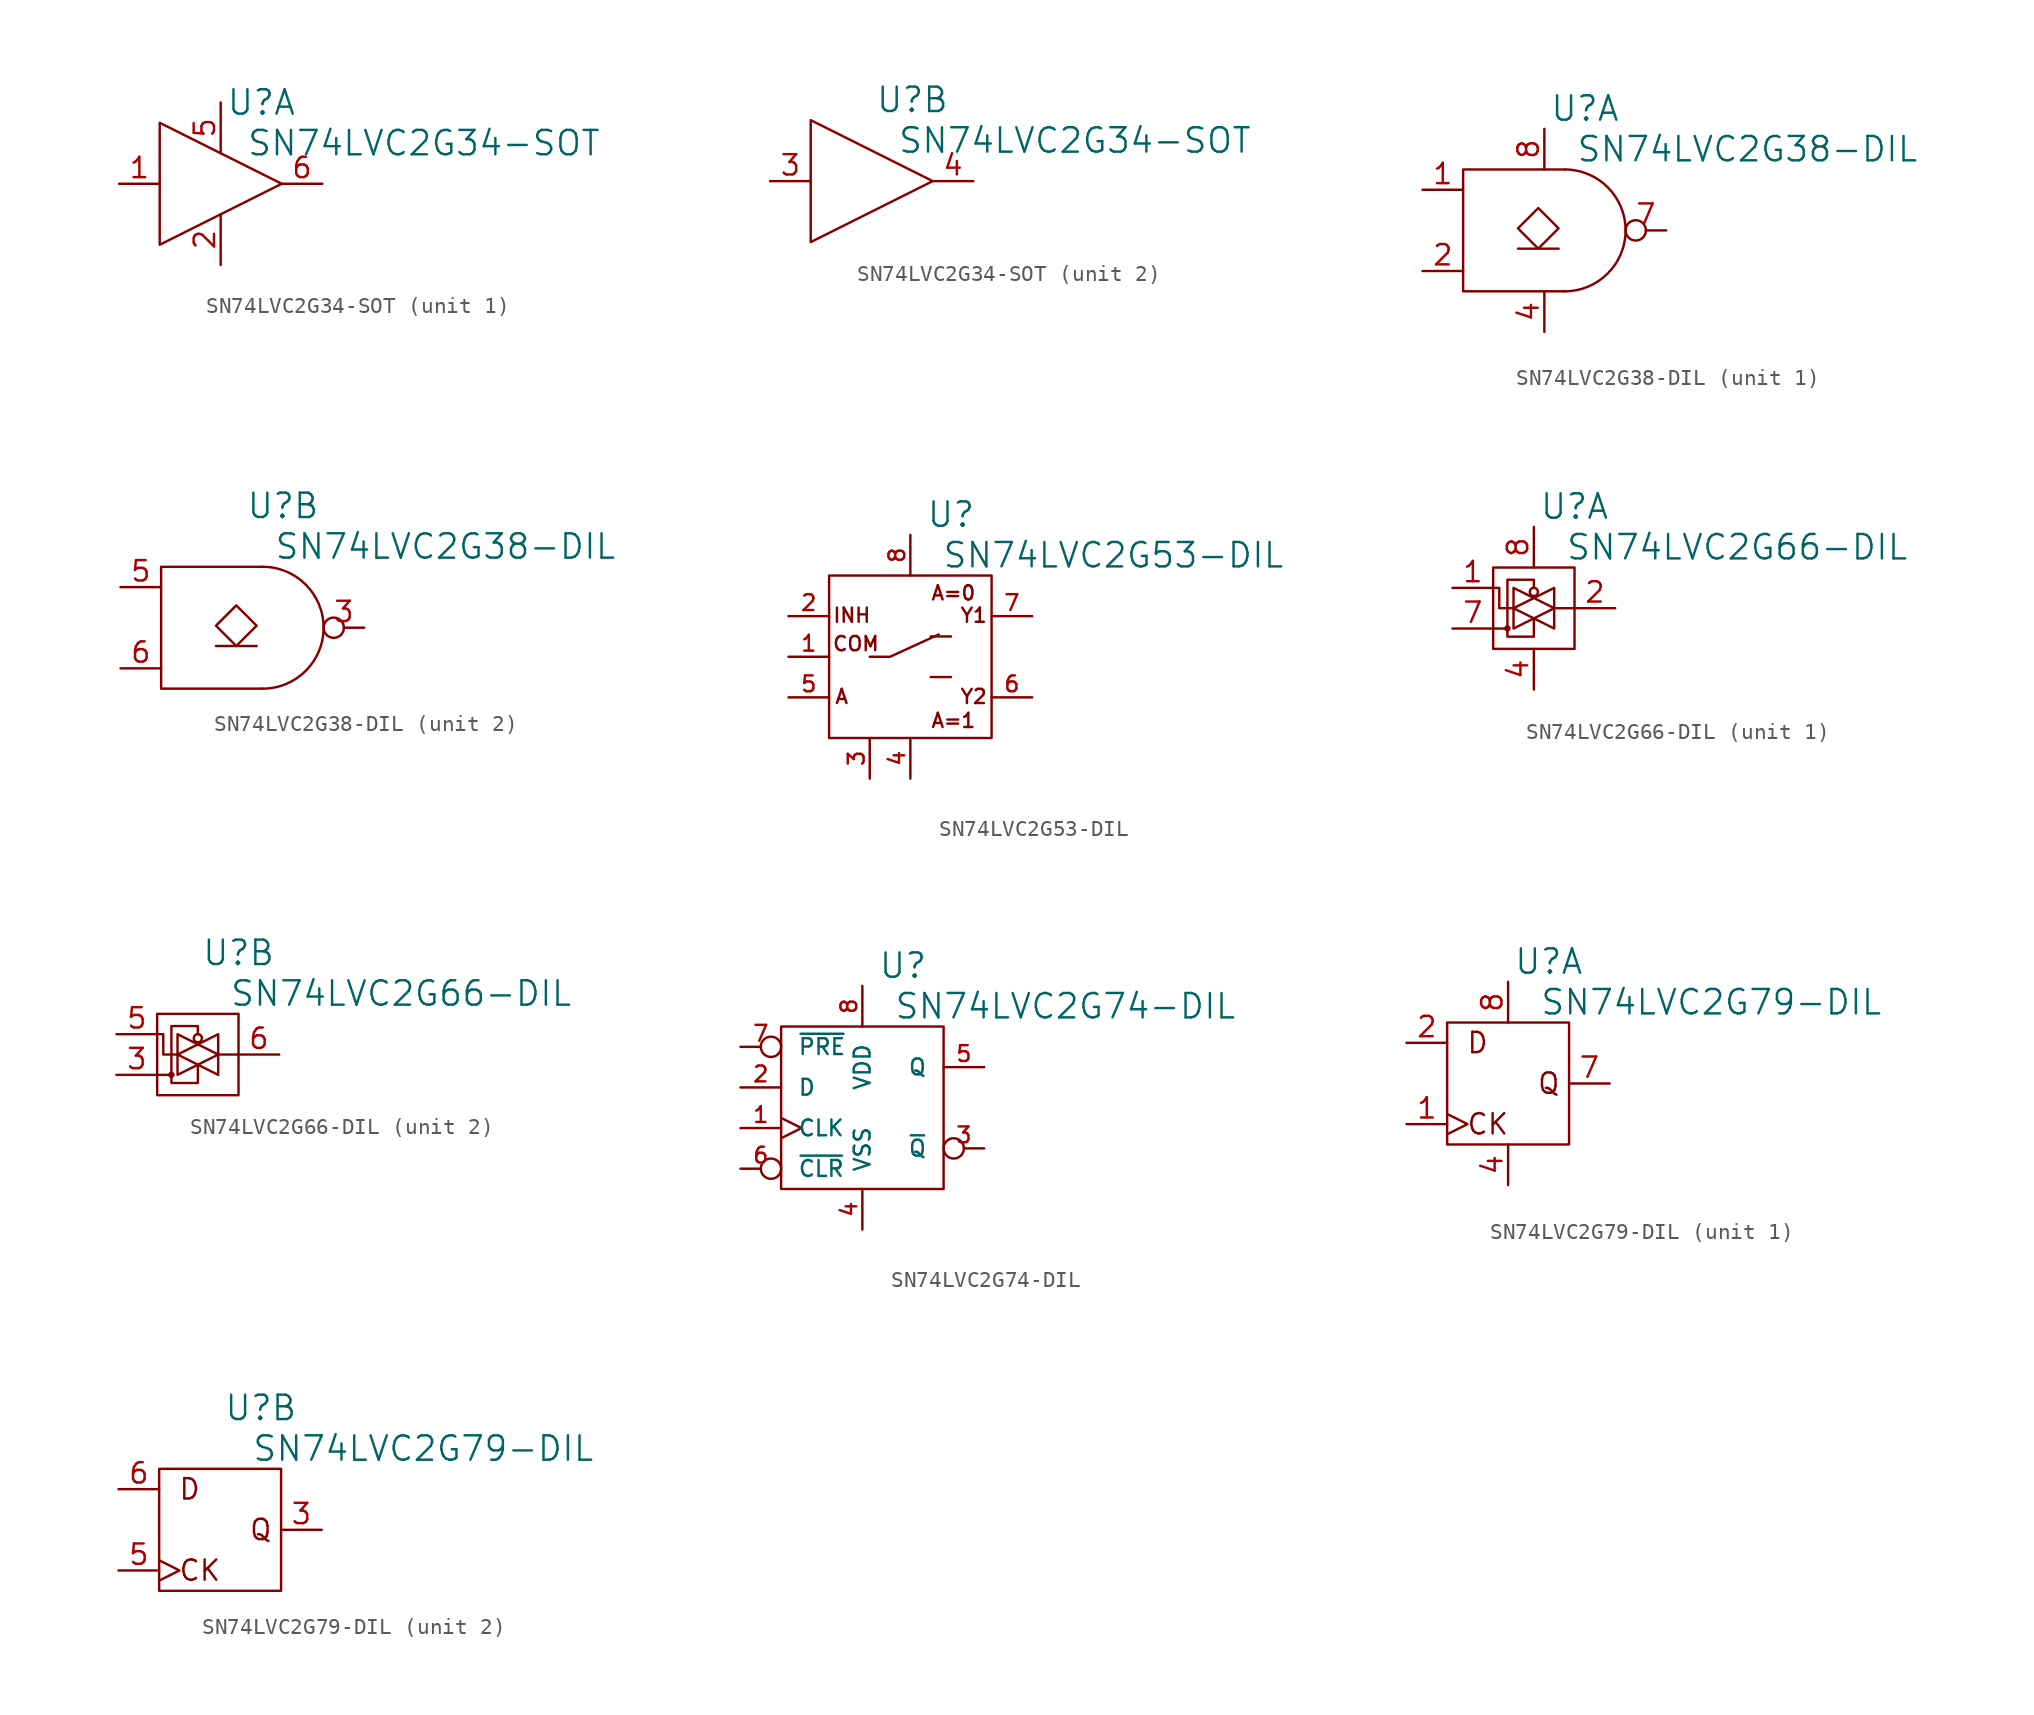
<source format=kicad_sym>
(kicad_symbol_lib
  (version 20220914)
  (generator kicad_symbol_editor)
  (symbol "SN74LVC2G34-SOT"
    (pin_names
      (offset 1.016) hide)
    (property "Reference" "U"
      (at 2.54 5.08 0)
      (effects (font (size 1.524 1.524))))
    (property "Value" "SN74LVC2G34-SOT"
      (at 12.7 2.54 0)
      (effects (font (size 1.524 1.524))))
    (property "Footprint" ""
      (at 0 0 0)
      (effects (font (size 1.524 1.524))))
    (property "Datasheet" ""
      (at 0 0 0)
      (effects (font (size 1.524 1.524))))
    (property "ki_locked" ""
      (at 0 0 0)
      (effects (font (size 1.27 1.27))))
    (symbol "SN74LVC2G34-SOT_0_1"
      (polyline (pts (xy -3.81 3.81) (xy -3.81 -3.81) (xy 3.81 0) (xy -3.81 3.81) (xy -3.81 3.81)) (stroke (width 0) (type solid)) (fill (type none))))
    (symbol "SN74LVC2G34-SOT_1_1"
      (pin passive line (at -6.35 0 0) (length 2.54) (name "1A" (effects (font (size 1.27 1.27)))) (number "1" (effects (font (size 1.27 1.27)))))
      (pin passive line (at 0 -5.08 90) (length 3.175) (name "VSS" (effects (font (size 1.27 1.27)))) (number "2" (effects (font (size 1.27 1.27)))))
      (pin passive line (at 0 5.08 270) (length 3.175) (name "VDD" (effects (font (size 1.27 1.27)))) (number "5" (effects (font (size 1.27 1.27)))))
      (pin passive line (at 6.35 0 180) (length 2.54) (name "1Y" (effects (font (size 1.27 1.27)))) (number "6" (effects (font (size 1.27 1.27))))))
    (symbol "SN74LVC2G34-SOT_2_1"
      (pin passive line (at -6.35 0 0) (length 2.54) (name "2A" (effects (font (size 1.27 1.27)))) (number "3" (effects (font (size 1.27 1.27)))))
      (pin passive line (at 6.35 0 180) (length 2.54) (name "2Y" (effects (font (size 1.27 1.27)))) (number "4" (effects (font (size 1.27 1.27)))))))
  (symbol "SN74LVC2G38-DIL"
    (pin_names
      (offset 1.016) hide)
    (property "Reference" "U"
      (at 2.54 7.62 0)
      (effects (font (size 1.524 1.524))))
    (property "Value" "SN74LVC2G38-DIL"
      (at 12.7 5.08 0)
      (effects (font (size 1.524 1.524))))
    (property "Footprint" ""
      (at 0 0 0)
      (effects (font (size 1.524 1.524))))
    (property "Datasheet" ""
      (at 0 0 0)
      (effects (font (size 1.524 1.524))))
    (property "ki_locked" ""
      (at 0 0 0)
      (effects (font (size 1.27 1.27))))
    (symbol "SN74LVC2G38-DIL_0_1"
      (polyline (pts (xy 1.27 3.81) (xy -5.08 3.81) (xy -5.08 -3.81) (xy 1.27 -3.81) (xy 1.27 -3.81)) (stroke (width 0) (type solid)) (fill (type none)))
      (arc (start 1.27 -3.81) (mid 5.0634 0) (end 1.27 3.81) (stroke (width 0) (type solid)) (fill (type none))))
    (symbol "SN74LVC2G38-DIL_1_1"
      (polyline (pts (xy -1.651 -1.143) (xy 0.889 -1.143)) (stroke (width 0) (type solid)) (fill (type none)))
      (polyline (pts (xy -1.651 0.127) (xy -0.381 1.397) (xy 0.889 0.127) (xy -0.381 -1.143) (xy -1.651 0.127)) (stroke (width 0) (type solid)) (fill (type none)))
      (pin passive line (at -7.62 2.54 0) (length 2.54) (name "1A" (effects (font (size 1.27 1.27)))) (number "1" (effects (font (size 1.27 1.27)))))
      (pin passive line (at -7.62 -2.54 0) (length 2.54) (name "1B" (effects (font (size 1.27 1.27)))) (number "2" (effects (font (size 1.27 1.27)))))
      (pin passive line (at 0 -6.35 90) (length 2.54) (name "VSS" (effects (font (size 1.27 1.27)))) (number "4" (effects (font (size 1.27 1.27)))))
      (pin passive inverted (at 7.62 0 180) (length 2.54) (name "1Y" (effects (font (size 1.27 1.27)))) (number "7" (effects (font (size 1.27 1.27)))))
      (pin passive line (at 0 6.35 270) (length 2.54) (name "VDD" (effects (font (size 1.27 1.27)))) (number "8" (effects (font (size 1.27 1.27))))))
    (symbol "SN74LVC2G38-DIL_2_1"
      (polyline (pts (xy -1.651 -1.143) (xy 0.889 -1.143)) (stroke (width 0) (type solid)) (fill (type none)))
      (polyline (pts (xy -1.651 0.127) (xy -0.381 1.397) (xy 0.889 0.127) (xy -0.381 -1.143) (xy -1.651 0.127)) (stroke (width 0) (type solid)) (fill (type none)))
      (pin passive inverted (at 7.62 0 180) (length 2.54) (name "2Y" (effects (font (size 1.27 1.27)))) (number "3" (effects (font (size 1.27 1.27)))))
      (pin passive line (at -7.62 2.54 0) (length 2.54) (name "2A" (effects (font (size 1.27 1.27)))) (number "5" (effects (font (size 1.27 1.27)))))
      (pin passive line (at -7.62 -2.54 0) (length 2.54) (name "2B" (effects (font (size 1.27 1.27)))) (number "6" (effects (font (size 1.27 1.27)))))))
  (symbol "SN74LVC2G53-DIL"
    (pin_names
      (offset 1.016) hide)
    (property "Reference" "U"
      (at 2.54 8.89 0)
      (effects (font (size 1.524 1.524))))
    (property "Value" "SN74LVC2G53-DIL"
      (at 12.7 6.35 0)
      (effects (font (size 1.524 1.524))))
    (property "Footprint" ""
      (at 0 0 0)
      (effects (font (size 1.524 1.524))))
    (property "Datasheet" ""
      (at 0 0 0)
      (effects (font (size 1.524 1.524))))
    (symbol "SN74LVC2G53-DIL_0_0"
      (text "A=0" (at 2.692 3.988 0) (effects (font (size 0.889 0.889))))
      (text "A=1" (at 2.692 -3.988 0) (effects (font (size 0.889 0.889))))
      (text "COM" (at -3.404 0.813 0) (effects (font (size 0.889 0.889)))))
    (symbol "SN74LVC2G53-DIL_0_1"
      (rectangle (start -5.08 5.08) (end 5.08 -5.08) (stroke (width 0) (type solid)) (fill (type none)))
      (polyline (pts (xy 1.27 -1.27) (xy 2.54 -1.27)) (stroke (width 0) (type solid)) (fill (type none)))
      (polyline (pts (xy 1.27 1.27) (xy 2.54 1.27)) (stroke (width 0) (type solid)) (fill (type none)))
      (polyline (pts (xy -2.54 0) (xy -1.27 0) (xy 1.778 1.397)) (stroke (width 0) (type solid)) (fill (type none))))
    (symbol "SN74LVC2G53-DIL_1_1"
      (text "A" (at -4.293 -2.489 0) (effects (font (size 0.889 0.889))))
      (text "INH" (at -3.658 2.591 0) (effects (font (size 0.889 0.889))))
      (text "Y1" (at 3.962 2.591 0) (effects (font (size 0.889 0.889))))
      (text "Y2" (at 3.962 -2.489 0) (effects (font (size 0.889 0.889))))
      (pin passive line (at -7.62 0 0) (length 2.54) (name "COM" (effects (font (size 0.991 0.991)))) (number "1" (effects (font (size 0.991 0.991)))))
      (pin passive line (at -7.62 2.54 0) (length 2.54) (name "INH" (effects (font (size 0.991 0.991)))) (number "2" (effects (font (size 0.991 0.991)))))
      (pin passive line (at -2.54 -7.62 90) (length 2.54) (name "VSS" (effects (font (size 0.991 0.991)))) (number "3" (effects (font (size 0.991 0.991)))))
      (pin passive line (at 0 -7.62 90) (length 2.54) (name "VSS" (effects (font (size 0.991 0.991)))) (number "4" (effects (font (size 0.991 0.991)))))
      (pin passive line (at -7.62 -2.54 0) (length 2.54) (name "A" (effects (font (size 0.991 0.991)))) (number "5" (effects (font (size 0.991 0.991)))))
      (pin passive line (at 7.62 -2.54 180) (length 2.54) (name "Y2" (effects (font (size 0.991 0.991)))) (number "6" (effects (font (size 0.991 0.991)))))
      (pin passive line (at 7.62 2.54 180) (length 2.54) (name "Y1" (effects (font (size 0.991 0.991)))) (number "7" (effects (font (size 0.991 0.991)))))
      (pin passive line (at 0 7.62 270) (length 2.54) (name "VDD" (effects (font (size 0.991 0.991)))) (number "8" (effects (font (size 0.991 0.991)))))))
  (symbol "SN74LVC2G66-DIL"
    (pin_names
      (offset 1.016) hide)
    (property "Reference" "U"
      (at 2.54 6.35 0)
      (effects (font (size 1.524 1.524))))
    (property "Value" "SN74LVC2G66-DIL"
      (at 12.7 3.81 0)
      (effects (font (size 1.524 1.524))))
    (property "Footprint" ""
      (at -0.762 0 0)
      (effects (font (size 1.524 1.524))))
    (property "Datasheet" ""
      (at 0 0 0)
      (effects (font (size 1.524 1.524))))
    (property "ki_locked" ""
      (at 0 0 0)
      (effects (font (size 1.27 1.27))))
    (symbol "SN74LVC2G66-DIL_0_0"
      (circle (center -1.651 -1.27) (radius 0.127) (stroke (width 0) (type solid)) (fill (type none)))
      (polyline (pts (xy 2.54 0) (xy 1.27 0)) (stroke (width 0) (type solid)) (fill (type none)))
      (polyline (pts (xy -1.651 -1.27) (xy -1.651 1.778) (xy 0 1.778) (xy 0 1.27)) (stroke (width 0) (type solid)) (fill (type none)))
      (polyline (pts (xy -1.27 0) (xy -2.159 0) (xy -2.159 1.27) (xy -2.54 1.27)) (stroke (width 0) (type solid)) (fill (type none)))
      (polyline (pts (xy -1.27 1.27) (xy -1.27 -1.27) (xy 1.27 0) (xy -1.27 1.27)) (stroke (width 0) (type solid)) (fill (type none)))
      (polyline (pts (xy 1.27 -1.27) (xy 1.27 1.27) (xy -1.27 0) (xy 1.27 -1.27)) (stroke (width 0) (type solid)) (fill (type none)))
      (polyline (pts (xy -2.54 -1.27) (xy -1.651 -1.27) (xy -1.651 -1.778) (xy 0 -1.778) (xy 0 -0.635)) (stroke (width 0) (type solid)) (fill (type none)))
      (circle (center 0 1.016) (radius 0.254) (stroke (width 0) (type solid)) (fill (type none)))
      (rectangle (start 2.54 2.54) (end -2.54 -2.54) (stroke (width 0) (type solid)) (fill (type none))))
    (symbol "SN74LVC2G66-DIL_1_1"
      (pin passive line (at -5.08 1.27 0) (length 2.54) (name "1A" (effects (font (size 1.27 1.27)))) (number "1" (effects (font (size 1.27 1.27)))))
      (pin passive line (at 5.08 0 180) (length 2.54) (name "1B" (effects (font (size 1.27 1.27)))) (number "2" (effects (font (size 1.27 1.27)))))
      (pin passive line (at 0 -5.08 90) (length 2.54) (name "VSS" (effects (font (size 1.27 1.27)))) (number "4" (effects (font (size 1.27 1.27)))))
      (pin passive line (at -5.08 -1.27 0) (length 2.54) (name "1C" (effects (font (size 1.27 1.27)))) (number "7" (effects (font (size 1.27 1.27)))))
      (pin passive line (at 0 5.08 270) (length 2.54) (name "VDD" (effects (font (size 1.27 1.27)))) (number "8" (effects (font (size 1.27 1.27))))))
    (symbol "SN74LVC2G66-DIL_2_1"
      (pin passive line (at -5.08 -1.27 0) (length 2.54) (name "2C" (effects (font (size 1.27 1.27)))) (number "3" (effects (font (size 1.27 1.27)))))
      (pin passive line (at -5.08 1.27 0) (length 2.54) (name "2A" (effects (font (size 1.27 1.27)))) (number "5" (effects (font (size 1.27 1.27)))))
      (pin passive line (at 5.08 0 180) (length 2.54) (name "2B" (effects (font (size 1.27 1.27)))) (number "6" (effects (font (size 1.27 1.27)))))))
  (symbol "SN74LVC2G74-DIL"
    (pin_names
      (offset 1.016))
    (property "Reference" "U"
      (at 2.54 8.89 0)
      (effects (font (size 1.524 1.524))))
    (property "Value" "SN74LVC2G74-DIL"
      (at 12.7 6.35 0)
      (effects (font (size 1.524 1.524))))
    (property "Footprint" ""
      (at 0 0 0)
      (effects (font (size 1.524 1.524))))
    (property "Datasheet" ""
      (at 0 0 0)
      (effects (font (size 1.524 1.524))))
    (symbol "SN74LVC2G74-DIL_0_1"
      (rectangle (start -5.08 5.08) (end 5.08 -5.08) (stroke (width 0) (type solid)) (fill (type none))))
    (symbol "SN74LVC2G74-DIL_1_1"
      (pin passive clock (at -7.62 -1.27 0) (length 2.54) (name "CLK" (effects (font (size 0.991 0.991)))) (number "1" (effects (font (size 0.991 0.991)))))
      (pin passive line (at -7.62 1.27 0) (length 2.54) (name "D" (effects (font (size 0.991 0.991)))) (number "2" (effects (font (size 0.991 0.991)))))
      (pin passive inverted (at 7.62 -2.54 180) (length 2.54) (name "~{Q}" (effects (font (size 0.991 0.991)))) (number "3" (effects (font (size 0.991 0.991)))))
      (pin passive line (at 0 -7.62 90) (length 2.54) (name "VSS" (effects (font (size 0.991 0.991)))) (number "4" (effects (font (size 0.991 0.991)))))
      (pin passive line (at 7.62 2.54 180) (length 2.54) (name "Q" (effects (font (size 0.991 0.991)))) (number "5" (effects (font (size 0.991 0.991)))))
      (pin passive inverted (at -7.62 -3.81 0) (length 2.54) (name "~{CLR}" (effects (font (size 0.991 0.991)))) (number "6" (effects (font (size 0.991 0.991)))))
      (pin passive inverted (at -7.62 3.81 0) (length 2.54) (name "~{PRE}" (effects (font (size 0.991 0.991)))) (number "7" (effects (font (size 0.991 0.991)))))
      (pin passive line (at 0 7.62 270) (length 2.54) (name "VDD" (effects (font (size 0.991 0.991)))) (number "8" (effects (font (size 0.991 0.991)))))))
  (symbol "SN74LVC2G79-DIL"
    (pin_names
      (offset 1.016) hide)
    (property "Reference" "U"
      (at 2.54 7.62 0)
      (effects (font (size 1.524 1.524))))
    (property "Value" "SN74LVC2G79-DIL"
      (at 12.7 5.08 0)
      (effects (font (size 1.524 1.524))))
    (property "Footprint" ""
      (at 0 0 0)
      (effects (font (size 1.524 1.524))))
    (property "Datasheet" ""
      (at 0 0 0)
      (effects (font (size 1.524 1.524))))
    (property "ki_locked" ""
      (at 0 0 0)
      (effects (font (size 1.27 1.27))))
    (symbol "SN74LVC2G79-DIL_0_0"
      (text "CK" (at -1.27 -2.54 0) (effects (font (size 1.27 1.27))))
      (text "D" (at -1.905 2.54 0) (effects (font (size 1.27 1.27))))
      (text "Q" (at 2.54 0 0) (effects (font (size 1.27 1.27)))))
    (symbol "SN74LVC2G79-DIL_0_1"
      (rectangle (start -3.81 3.81) (end 3.81 -3.81) (stroke (width 0) (type solid)) (fill (type none))))
    (symbol "SN74LVC2G79-DIL_1_1"
      (pin passive clock (at -6.35 -2.54 0) (length 2.54) (name "1CLK" (effects (font (size 1.27 1.27)))) (number "1" (effects (font (size 1.27 1.27)))))
      (pin passive line (at -6.35 2.54 0) (length 2.54) (name "1D" (effects (font (size 1.27 1.27)))) (number "2" (effects (font (size 1.27 1.27)))))
      (pin passive line (at 0 -6.35 90) (length 2.54) (name "VSS" (effects (font (size 1.27 1.27)))) (number "4" (effects (font (size 1.27 1.27)))))
      (pin passive line (at 6.35 0 180) (length 2.54) (name "1Q" (effects (font (size 1.27 1.27)))) (number "7" (effects (font (size 1.27 1.27)))))
      (pin passive line (at 0 6.35 270) (length 2.54) (name "VDD" (effects (font (size 1.27 1.27)))) (number "8" (effects (font (size 1.27 1.27))))))
    (symbol "SN74LVC2G79-DIL_2_1"
      (pin passive line (at 6.35 0 180) (length 2.54) (name "2Q" (effects (font (size 1.27 1.27)))) (number "3" (effects (font (size 1.27 1.27)))))
      (pin passive clock (at -6.35 -2.54 0) (length 2.54) (name "2CLK" (effects (font (size 1.27 1.27)))) (number "5" (effects (font (size 1.27 1.27)))))
      (pin passive line (at -6.35 2.54 0) (length 2.54) (name "2D" (effects (font (size 1.27 1.27)))) (number "6" (effects (font (size 1.27 1.27))))))))
</source>
